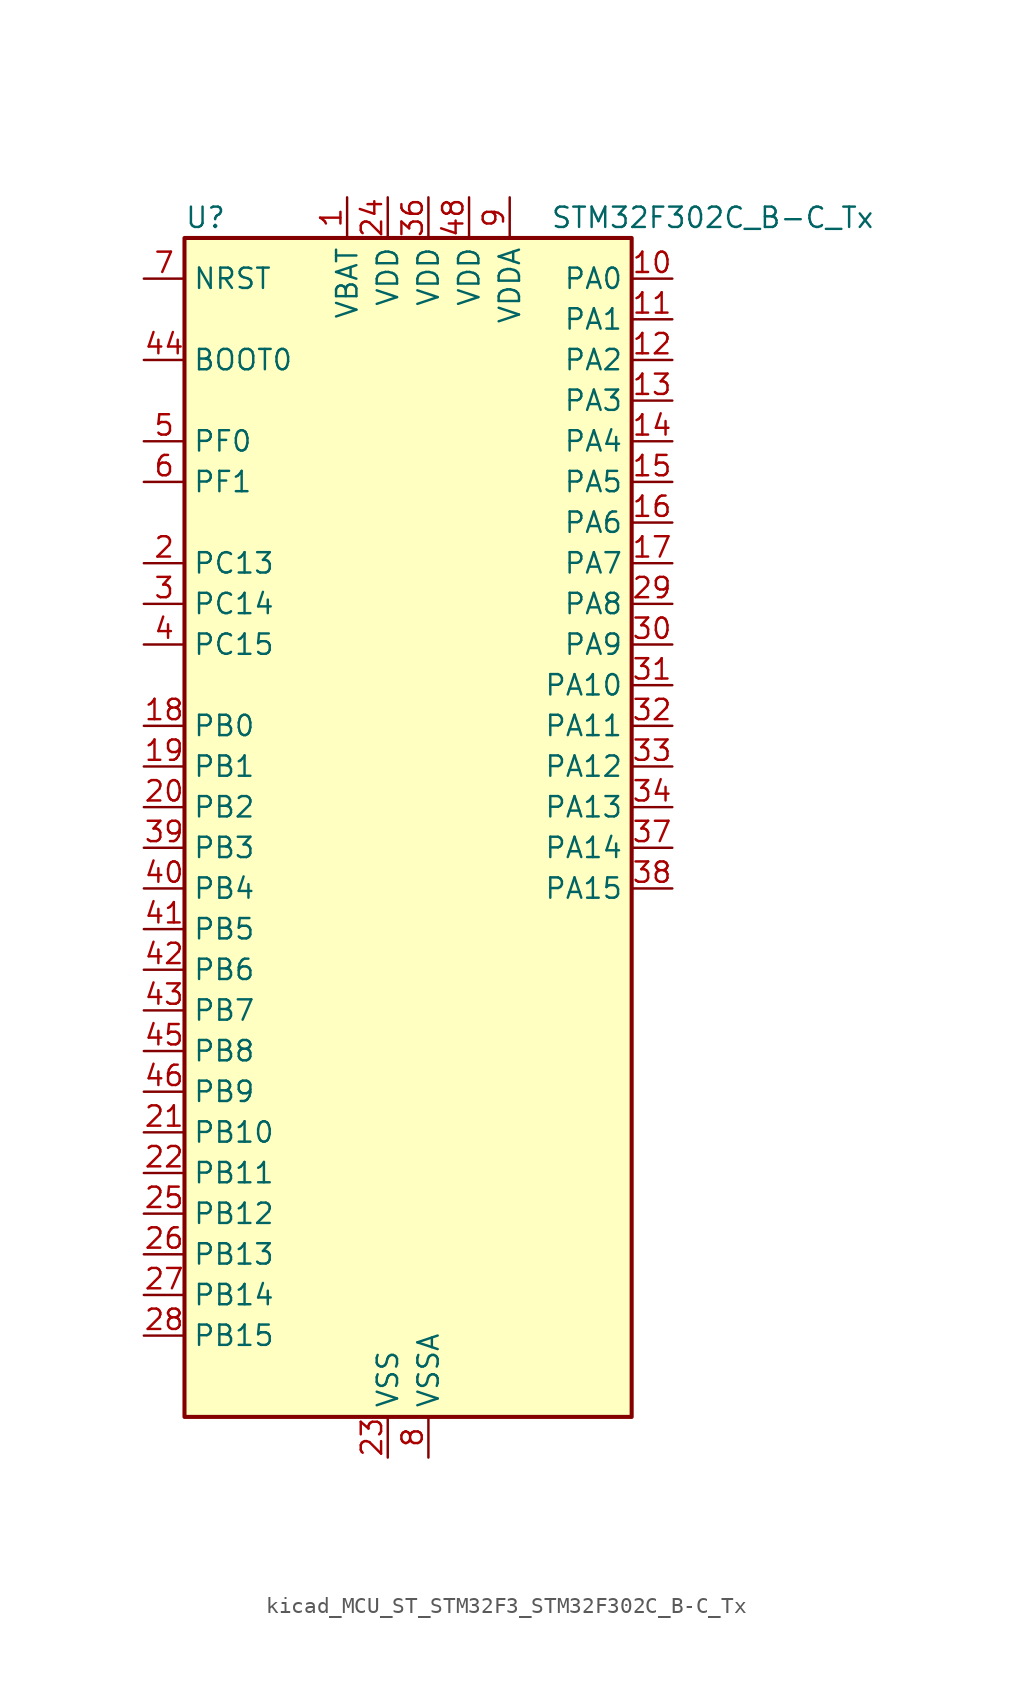
<source format=kicad_sym>
(kicad_symbol_lib
  (version 20220914)
  (generator kicad_symbol_editor)
  (symbol "kicad_MCU_ST_STM32F3_STM32F302C_B-C_Tx"
    (property "Reference" "U"
      (at -12.7 39.37 0)
      (effects (font (size 1.27 1.27)) (justify left)))
    (property "Value" "STM32F302C_B-C_Tx"
      (at 10.16 39.37 0)
      (effects (font (size 1.27 1.27)) (justify left)))
    (property "ki_locked" ""
      (at 0 0 0)
      (effects (font (size 1.27 1.27))))
    (symbol "kicad_MCU_ST_STM32F3_STM32F302C_B-C_Tx_0_1"
      (rectangle (start -12.7 -35.56) (end 15.24 38.1) (stroke (width 0.254) (type default)) (fill (type background))))
    (symbol "kicad_MCU_ST_STM32F3_STM32F302C_B-C_Tx_1_1"
      (pin power_in line (at -2.54 40.64 270) (length 2.54) (name "VBAT" (effects (font (size 1.27 1.27)))) (number "1" (effects (font (size 1.27 1.27)))))
      (pin bidirectional line (at 17.78 35.56 180) (length 2.54) (name "PA0" (effects (font (size 1.27 1.27)))) (number "10" (effects (font (size 1.27 1.27)))) (alternate "ADC1_IN1" bidirectional line) (alternate "COMP1_INM" bidirectional line) (alternate "COMP1_OUT" bidirectional line) (alternate "RTC_TAMP2" bidirectional line) (alternate "SYS_WKUP1" bidirectional line) (alternate "TIM2_CH1" bidirectional line) (alternate "TIM2_ETR" bidirectional line) (alternate "TSC_G1_IO1" bidirectional line) (alternate "USART2_CTS" bidirectional line))
      (pin bidirectional line (at 17.78 33.02 180) (length 2.54) (name "PA1" (effects (font (size 1.27 1.27)))) (number "11" (effects (font (size 1.27 1.27)))) (alternate "ADC1_IN2" bidirectional line) (alternate "COMP1_INP" bidirectional line) (alternate "OPAMP1_VINP" bidirectional line) (alternate "OPAMP1_VINP_SEC" bidirectional line) (alternate "RTC_REFIN" bidirectional line) (alternate "TIM15_CH1N" bidirectional line) (alternate "TIM2_CH2" bidirectional line) (alternate "TSC_G1_IO2" bidirectional line) (alternate "USART2_DE" bidirectional line) (alternate "USART2_RTS" bidirectional line))
      (pin bidirectional line (at 17.78 30.48 180) (length 2.54) (name "PA2" (effects (font (size 1.27 1.27)))) (number "12" (effects (font (size 1.27 1.27)))) (alternate "ADC1_IN3" bidirectional line) (alternate "COMP2_INM" bidirectional line) (alternate "COMP2_OUT" bidirectional line) (alternate "OPAMP1_VOUT" bidirectional line) (alternate "TIM15_CH1" bidirectional line) (alternate "TIM2_CH3" bidirectional line) (alternate "TSC_G1_IO3" bidirectional line) (alternate "USART2_TX" bidirectional line))
      (pin bidirectional line (at 17.78 27.94 180) (length 2.54) (name "PA3" (effects (font (size 1.27 1.27)))) (number "13" (effects (font (size 1.27 1.27)))) (alternate "ADC1_IN4" bidirectional line) (alternate "COMP2_INP" bidirectional line) (alternate "OPAMP1_VINM" bidirectional line) (alternate "OPAMP1_VINM_SEC" bidirectional line) (alternate "OPAMP1_VINP" bidirectional line) (alternate "OPAMP1_VINP_SEC" bidirectional line) (alternate "TIM15_CH2" bidirectional line) (alternate "TIM2_CH4" bidirectional line) (alternate "TSC_G1_IO4" bidirectional line) (alternate "USART2_RX" bidirectional line))
      (pin bidirectional line (at 17.78 25.4 180) (length 2.54) (name "PA4" (effects (font (size 1.27 1.27)))) (number "14" (effects (font (size 1.27 1.27)))) (alternate "ADC2_IN1" bidirectional line) (alternate "COMP1_INM" bidirectional line) (alternate "COMP2_INM" bidirectional line) (alternate "COMP4_INM" bidirectional line) (alternate "COMP6_INM" bidirectional line) (alternate "DAC_OUT1" bidirectional line) (alternate "I2S3_WS" bidirectional line) (alternate "SPI1_NSS" bidirectional line) (alternate "SPI3_NSS" bidirectional line) (alternate "TIM3_CH2" bidirectional line) (alternate "TSC_G2_IO1" bidirectional line) (alternate "USART2_CK" bidirectional line))
      (pin bidirectional line (at 17.78 22.86 180) (length 2.54) (name "PA5" (effects (font (size 1.27 1.27)))) (number "15" (effects (font (size 1.27 1.27)))) (alternate "ADC2_IN2" bidirectional line) (alternate "COMP1_INM" bidirectional line) (alternate "COMP2_INM" bidirectional line) (alternate "COMP4_INM" bidirectional line) (alternate "COMP6_INM" bidirectional line) (alternate "OPAMP1_VINP" bidirectional line) (alternate "OPAMP1_VINP_SEC" bidirectional line) (alternate "OPAMP2_VINM" bidirectional line) (alternate "OPAMP2_VINM_SEC" bidirectional line) (alternate "SPI1_SCK" bidirectional line) (alternate "TIM2_CH1" bidirectional line) (alternate "TIM2_ETR" bidirectional line) (alternate "TSC_G2_IO2" bidirectional line))
      (pin bidirectional line (at 17.78 20.32 180) (length 2.54) (name "PA6" (effects (font (size 1.27 1.27)))) (number "16" (effects (font (size 1.27 1.27)))) (alternate "ADC2_IN3" bidirectional line) (alternate "COMP1_OUT" bidirectional line) (alternate "OPAMP2_VOUT" bidirectional line) (alternate "SPI1_MISO" bidirectional line) (alternate "TIM16_CH1" bidirectional line) (alternate "TIM1_BKIN" bidirectional line) (alternate "TIM3_CH1" bidirectional line) (alternate "TSC_G2_IO3" bidirectional line))
      (pin bidirectional line (at 17.78 17.78 180) (length 2.54) (name "PA7" (effects (font (size 1.27 1.27)))) (number "17" (effects (font (size 1.27 1.27)))) (alternate "ADC2_IN4" bidirectional line) (alternate "COMP2_INP" bidirectional line) (alternate "COMP2_OUT" bidirectional line) (alternate "OPAMP1_VINP" bidirectional line) (alternate "OPAMP1_VINP_SEC" bidirectional line) (alternate "OPAMP2_VINP" bidirectional line) (alternate "OPAMP2_VINP_SEC" bidirectional line) (alternate "SPI1_MOSI" bidirectional line) (alternate "TIM17_CH1" bidirectional line) (alternate "TIM1_CH1N" bidirectional line) (alternate "TIM3_CH2" bidirectional line) (alternate "TSC_G2_IO4" bidirectional line))
      (pin bidirectional line (at -15.24 7.62 0) (length 2.54) (name "PB0" (effects (font (size 1.27 1.27)))) (number "18" (effects (font (size 1.27 1.27)))) (alternate "COMP4_INP" bidirectional line) (alternate "OPAMP2_VINP" bidirectional line) (alternate "OPAMP2_VINP_SEC" bidirectional line) (alternate "TIM1_CH2N" bidirectional line) (alternate "TIM3_CH3" bidirectional line) (alternate "TSC_G3_IO2" bidirectional line))
      (pin bidirectional line (at -15.24 5.08 0) (length 2.54) (name "PB1" (effects (font (size 1.27 1.27)))) (number "19" (effects (font (size 1.27 1.27)))) (alternate "COMP4_OUT" bidirectional line) (alternate "TIM1_CH3N" bidirectional line) (alternate "TIM3_CH4" bidirectional line) (alternate "TSC_G3_IO3" bidirectional line))
      (pin bidirectional line (at -15.24 17.78 0) (length 2.54) (name "PC13" (effects (font (size 1.27 1.27)))) (number "2" (effects (font (size 1.27 1.27)))) (alternate "RTC_OUT_ALARM" bidirectional line) (alternate "RTC_OUT_CALIB" bidirectional line) (alternate "RTC_TAMP1" bidirectional line) (alternate "RTC_TS" bidirectional line) (alternate "SYS_WKUP2" bidirectional line) (alternate "TIM1_CH1N" bidirectional line))
      (pin bidirectional line (at -15.24 2.54 0) (length 2.54) (name "PB2" (effects (font (size 1.27 1.27)))) (number "20" (effects (font (size 1.27 1.27)))) (alternate "ADC2_IN12" bidirectional line) (alternate "COMP4_INM" bidirectional line) (alternate "TSC_G3_IO4" bidirectional line))
      (pin bidirectional line (at -15.24 -17.78 0) (length 2.54) (name "PB10" (effects (font (size 1.27 1.27)))) (number "21" (effects (font (size 1.27 1.27)))) (alternate "TIM2_CH3" bidirectional line) (alternate "TSC_SYNC" bidirectional line) (alternate "USART3_TX" bidirectional line))
      (pin bidirectional line (at -15.24 -20.32 0) (length 2.54) (name "PB11" (effects (font (size 1.27 1.27)))) (number "22" (effects (font (size 1.27 1.27)))) (alternate "ADC1_EXTI11" bidirectional line) (alternate "ADC2_EXTI11" bidirectional line) (alternate "COMP6_INP" bidirectional line) (alternate "TIM2_CH4" bidirectional line) (alternate "TSC_G6_IO1" bidirectional line) (alternate "USART3_RX" bidirectional line))
      (pin power_in line (at 0 -38.1 90) (length 2.54) (name "VSS" (effects (font (size 1.27 1.27)))) (number "23" (effects (font (size 1.27 1.27)))))
      (pin power_in line (at 0 40.64 270) (length 2.54) (name "VDD" (effects (font (size 1.27 1.27)))) (number "24" (effects (font (size 1.27 1.27)))))
      (pin bidirectional line (at -15.24 -22.86 0) (length 2.54) (name "PB12" (effects (font (size 1.27 1.27)))) (number "25" (effects (font (size 1.27 1.27)))) (alternate "I2C2_SMBA" bidirectional line) (alternate "I2S2_WS" bidirectional line) (alternate "SPI2_NSS" bidirectional line) (alternate "TIM1_BKIN" bidirectional line) (alternate "TSC_G6_IO2" bidirectional line) (alternate "USART3_CK" bidirectional line))
      (pin bidirectional line (at -15.24 -25.4 0) (length 2.54) (name "PB13" (effects (font (size 1.27 1.27)))) (number "26" (effects (font (size 1.27 1.27)))) (alternate "I2S2_CK" bidirectional line) (alternate "SPI2_SCK" bidirectional line) (alternate "TIM1_CH1N" bidirectional line) (alternate "TSC_G6_IO3" bidirectional line) (alternate "USART3_CTS" bidirectional line))
      (pin bidirectional line (at -15.24 -27.94 0) (length 2.54) (name "PB14" (effects (font (size 1.27 1.27)))) (number "27" (effects (font (size 1.27 1.27)))) (alternate "I2S2_ext_SD" bidirectional line) (alternate "OPAMP2_VINP" bidirectional line) (alternate "OPAMP2_VINP_SEC" bidirectional line) (alternate "SPI2_MISO" bidirectional line) (alternate "TIM15_CH1" bidirectional line) (alternate "TIM1_CH2N" bidirectional line) (alternate "TSC_G6_IO4" bidirectional line) (alternate "USART3_DE" bidirectional line) (alternate "USART3_RTS" bidirectional line))
      (pin bidirectional line (at -15.24 -30.48 0) (length 2.54) (name "PB15" (effects (font (size 1.27 1.27)))) (number "28" (effects (font (size 1.27 1.27)))) (alternate "ADC1_EXTI15" bidirectional line) (alternate "ADC2_EXTI15" bidirectional line) (alternate "COMP6_INM" bidirectional line) (alternate "I2S2_SD" bidirectional line) (alternate "RTC_REFIN" bidirectional line) (alternate "SPI2_MOSI" bidirectional line) (alternate "TIM15_CH1N" bidirectional line) (alternate "TIM15_CH2" bidirectional line) (alternate "TIM1_CH3N" bidirectional line))
      (pin bidirectional line (at 17.78 15.24 180) (length 2.54) (name "PA8" (effects (font (size 1.27 1.27)))) (number "29" (effects (font (size 1.27 1.27)))) (alternate "I2C2_SMBA" bidirectional line) (alternate "I2S2_MCK" bidirectional line) (alternate "RCC_MCO" bidirectional line) (alternate "TIM1_CH1" bidirectional line) (alternate "TIM4_ETR" bidirectional line) (alternate "USART1_CK" bidirectional line))
      (pin bidirectional line (at -15.24 15.24 0) (length 2.54) (name "PC14" (effects (font (size 1.27 1.27)))) (number "3" (effects (font (size 1.27 1.27)))) (alternate "RCC_OSC32_IN" bidirectional line))
      (pin bidirectional line (at 17.78 12.7 180) (length 2.54) (name "PA9" (effects (font (size 1.27 1.27)))) (number "30" (effects (font (size 1.27 1.27)))) (alternate "DAC_EXTI9" bidirectional line) (alternate "I2C2_SCL" bidirectional line) (alternate "I2S3_MCK" bidirectional line) (alternate "TIM15_BKIN" bidirectional line) (alternate "TIM1_CH2" bidirectional line) (alternate "TIM2_CH3" bidirectional line) (alternate "TSC_G4_IO1" bidirectional line) (alternate "USART1_TX" bidirectional line))
      (pin bidirectional line (at 17.78 10.16 180) (length 2.54) (name "PA10" (effects (font (size 1.27 1.27)))) (number "31" (effects (font (size 1.27 1.27)))) (alternate "COMP6_OUT" bidirectional line) (alternate "I2C2_SDA" bidirectional line) (alternate "TIM17_BKIN" bidirectional line) (alternate "TIM1_CH3" bidirectional line) (alternate "TIM2_CH4" bidirectional line) (alternate "TSC_G4_IO2" bidirectional line) (alternate "USART1_RX" bidirectional line))
      (pin bidirectional line (at 17.78 7.62 180) (length 2.54) (name "PA11" (effects (font (size 1.27 1.27)))) (number "32" (effects (font (size 1.27 1.27)))) (alternate "ADC1_EXTI11" bidirectional line) (alternate "ADC2_EXTI11" bidirectional line) (alternate "CAN_RX" bidirectional line) (alternate "COMP1_OUT" bidirectional line) (alternate "TIM1_BKIN2" bidirectional line) (alternate "TIM1_CH1N" bidirectional line) (alternate "TIM1_CH4" bidirectional line) (alternate "TIM4_CH1" bidirectional line) (alternate "USART1_CTS" bidirectional line) (alternate "USB_DM" bidirectional line))
      (pin bidirectional line (at 17.78 5.08 180) (length 2.54) (name "PA12" (effects (font (size 1.27 1.27)))) (number "33" (effects (font (size 1.27 1.27)))) (alternate "CAN_TX" bidirectional line) (alternate "COMP2_OUT" bidirectional line) (alternate "TIM16_CH1" bidirectional line) (alternate "TIM1_CH2N" bidirectional line) (alternate "TIM1_ETR" bidirectional line) (alternate "TIM4_CH2" bidirectional line) (alternate "USART1_DE" bidirectional line) (alternate "USART1_RTS" bidirectional line) (alternate "USB_DP" bidirectional line))
      (pin bidirectional line (at 17.78 2.54 180) (length 2.54) (name "PA13" (effects (font (size 1.27 1.27)))) (number "34" (effects (font (size 1.27 1.27)))) (alternate "IR_OUT" bidirectional line) (alternate "SYS_JTMS-SWDIO" bidirectional line) (alternate "TIM16_CH1N" bidirectional line) (alternate "TIM4_CH3" bidirectional line) (alternate "TSC_G4_IO3" bidirectional line) (alternate "USART3_CTS" bidirectional line))
      (pin passive line (at 0 -38.1 90) (length 2.54) hide (name "VSS" (effects (font (size 1.27 1.27)))) (number "35" (effects (font (size 1.27 1.27)))))
      (pin power_in line (at 2.54 40.64 270) (length 2.54) (name "VDD" (effects (font (size 1.27 1.27)))) (number "36" (effects (font (size 1.27 1.27)))))
      (pin bidirectional line (at 17.78 0 180) (length 2.54) (name "PA14" (effects (font (size 1.27 1.27)))) (number "37" (effects (font (size 1.27 1.27)))) (alternate "I2C1_SDA" bidirectional line) (alternate "SYS_JTCK-SWCLK" bidirectional line) (alternate "TIM1_BKIN" bidirectional line) (alternate "TSC_G4_IO4" bidirectional line) (alternate "USART2_TX" bidirectional line))
      (pin bidirectional line (at 17.78 -2.54 180) (length 2.54) (name "PA15" (effects (font (size 1.27 1.27)))) (number "38" (effects (font (size 1.27 1.27)))) (alternate "ADC1_EXTI15" bidirectional line) (alternate "ADC2_EXTI15" bidirectional line) (alternate "I2C1_SCL" bidirectional line) (alternate "I2S3_WS" bidirectional line) (alternate "SPI1_NSS" bidirectional line) (alternate "SPI3_NSS" bidirectional line) (alternate "SYS_JTDI" bidirectional line) (alternate "TIM1_BKIN" bidirectional line) (alternate "TIM2_CH1" bidirectional line) (alternate "TIM2_ETR" bidirectional line) (alternate "USART2_RX" bidirectional line))
      (pin bidirectional line (at -15.24 0 0) (length 2.54) (name "PB3" (effects (font (size 1.27 1.27)))) (number "39" (effects (font (size 1.27 1.27)))) (alternate "I2S3_CK" bidirectional line) (alternate "SPI1_SCK" bidirectional line) (alternate "SPI3_SCK" bidirectional line) (alternate "SYS_JTDO-TRACESWO" bidirectional line) (alternate "TIM2_CH2" bidirectional line) (alternate "TIM3_ETR" bidirectional line) (alternate "TIM4_ETR" bidirectional line) (alternate "TSC_G5_IO1" bidirectional line) (alternate "USART2_TX" bidirectional line))
      (pin bidirectional line (at -15.24 12.7 0) (length 2.54) (name "PC15" (effects (font (size 1.27 1.27)))) (number "4" (effects (font (size 1.27 1.27)))) (alternate "ADC1_EXTI15" bidirectional line) (alternate "ADC2_EXTI15" bidirectional line) (alternate "RCC_OSC32_OUT" bidirectional line))
      (pin bidirectional line (at -15.24 -2.54 0) (length 2.54) (name "PB4" (effects (font (size 1.27 1.27)))) (number "40" (effects (font (size 1.27 1.27)))) (alternate "I2S3_ext_SD" bidirectional line) (alternate "SPI1_MISO" bidirectional line) (alternate "SPI3_MISO" bidirectional line) (alternate "SYS_NJTRST" bidirectional line) (alternate "TIM16_CH1" bidirectional line) (alternate "TIM17_BKIN" bidirectional line) (alternate "TIM3_CH1" bidirectional line) (alternate "TSC_G5_IO2" bidirectional line) (alternate "USART2_RX" bidirectional line))
      (pin bidirectional line (at -15.24 -5.08 0) (length 2.54) (name "PB5" (effects (font (size 1.27 1.27)))) (number "41" (effects (font (size 1.27 1.27)))) (alternate "I2C1_SMBA" bidirectional line) (alternate "I2S3_SD" bidirectional line) (alternate "SPI1_MOSI" bidirectional line) (alternate "SPI3_MOSI" bidirectional line) (alternate "TIM16_BKIN" bidirectional line) (alternate "TIM17_CH1" bidirectional line) (alternate "TIM3_CH2" bidirectional line) (alternate "USART2_CK" bidirectional line))
      (pin bidirectional line (at -15.24 -7.62 0) (length 2.54) (name "PB6" (effects (font (size 1.27 1.27)))) (number "42" (effects (font (size 1.27 1.27)))) (alternate "I2C1_SCL" bidirectional line) (alternate "TIM16_CH1N" bidirectional line) (alternate "TIM4_CH1" bidirectional line) (alternate "TSC_G5_IO3" bidirectional line) (alternate "USART1_TX" bidirectional line))
      (pin bidirectional line (at -15.24 -10.16 0) (length 2.54) (name "PB7" (effects (font (size 1.27 1.27)))) (number "43" (effects (font (size 1.27 1.27)))) (alternate "I2C1_SDA" bidirectional line) (alternate "TIM17_CH1N" bidirectional line) (alternate "TIM3_CH4" bidirectional line) (alternate "TIM4_CH2" bidirectional line) (alternate "TSC_G5_IO4" bidirectional line) (alternate "USART1_RX" bidirectional line))
      (pin input line (at -15.24 30.48 0) (length 2.54) (name "BOOT0" (effects (font (size 1.27 1.27)))) (number "44" (effects (font (size 1.27 1.27)))))
      (pin bidirectional line (at -15.24 -12.7 0) (length 2.54) (name "PB8" (effects (font (size 1.27 1.27)))) (number "45" (effects (font (size 1.27 1.27)))) (alternate "CAN_RX" bidirectional line) (alternate "COMP1_OUT" bidirectional line) (alternate "I2C1_SCL" bidirectional line) (alternate "TIM16_CH1" bidirectional line) (alternate "TIM1_BKIN" bidirectional line) (alternate "TIM4_CH3" bidirectional line) (alternate "TSC_SYNC" bidirectional line))
      (pin bidirectional line (at -15.24 -15.24 0) (length 2.54) (name "PB9" (effects (font (size 1.27 1.27)))) (number "46" (effects (font (size 1.27 1.27)))) (alternate "CAN_TX" bidirectional line) (alternate "COMP2_OUT" bidirectional line) (alternate "DAC_EXTI9" bidirectional line) (alternate "I2C1_SDA" bidirectional line) (alternate "IR_OUT" bidirectional line) (alternate "TIM17_CH1" bidirectional line) (alternate "TIM4_CH4" bidirectional line))
      (pin passive line (at 0 -38.1 90) (length 2.54) hide (name "VSS" (effects (font (size 1.27 1.27)))) (number "47" (effects (font (size 1.27 1.27)))))
      (pin power_in line (at 5.08 40.64 270) (length 2.54) (name "VDD" (effects (font (size 1.27 1.27)))) (number "48" (effects (font (size 1.27 1.27)))))
      (pin bidirectional line (at -15.24 25.4 0) (length 2.54) (name "PF0" (effects (font (size 1.27 1.27)))) (number "5" (effects (font (size 1.27 1.27)))) (alternate "I2C2_SDA" bidirectional line) (alternate "RCC_OSC_IN" bidirectional line) (alternate "TIM1_CH3N" bidirectional line))
      (pin bidirectional line (at -15.24 22.86 0) (length 2.54) (name "PF1" (effects (font (size 1.27 1.27)))) (number "6" (effects (font (size 1.27 1.27)))) (alternate "I2C2_SCL" bidirectional line) (alternate "RCC_OSC_OUT" bidirectional line))
      (pin input line (at -15.24 35.56 0) (length 2.54) (name "NRST" (effects (font (size 1.27 1.27)))) (number "7" (effects (font (size 1.27 1.27)))))
      (pin power_in line (at 2.54 -38.1 90) (length 2.54) (name "VSSA" (effects (font (size 1.27 1.27)))) (number "8" (effects (font (size 1.27 1.27)))))
      (pin power_in line (at 7.62 40.64 270) (length 2.54) (name "VDDA" (effects (font (size 1.27 1.27)))) (number "9" (effects (font (size 1.27 1.27))))))))
</source>
